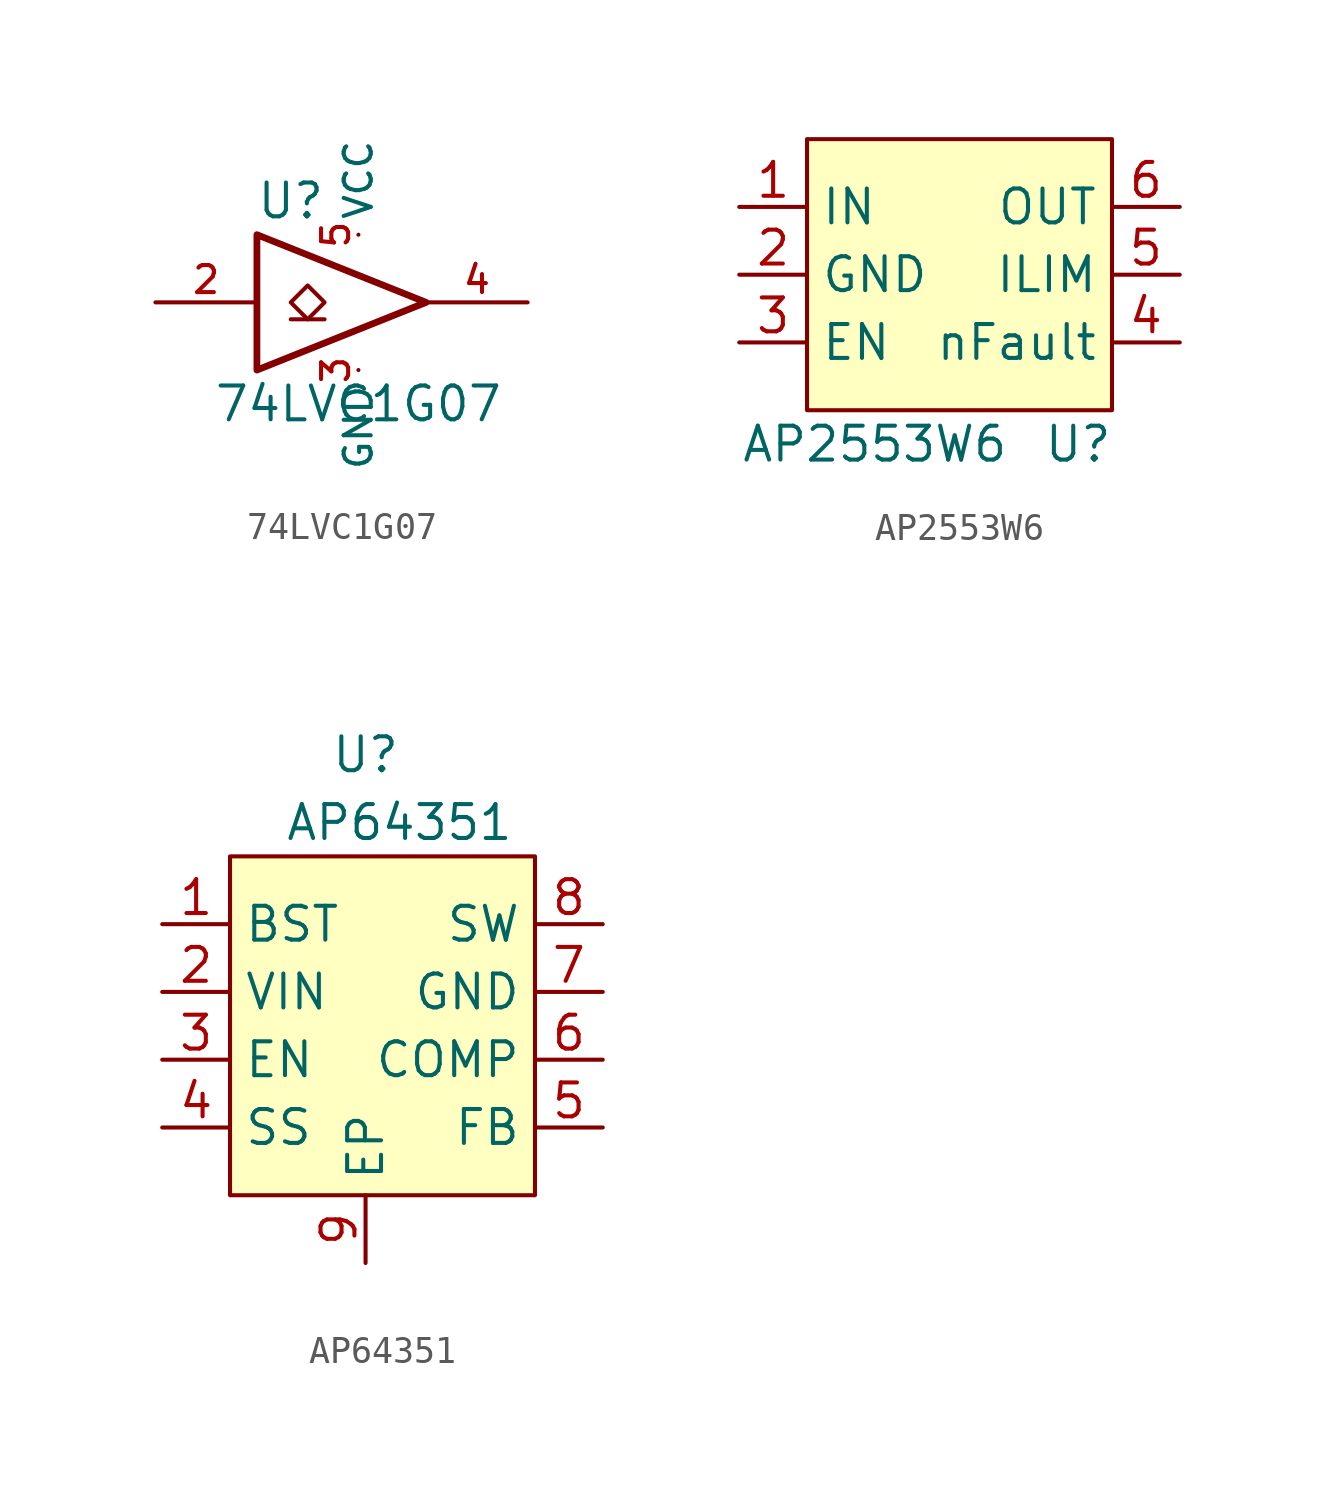
<source format=kicad_sym>
(kicad_symbol_lib
  (version 20211014)
  (generator kicad_symbol_editor)
  (symbol "74LVC1G07"
    (property "Reference" "U"
      (at -2.54 3.81 0)
      (effects (font (size 1.27 1.27))))
    (property "Value" "74LVC1G07"
      (at 0 -3.81 0)
      (effects (font (size 1.27 1.27))))
    (symbol "74LVC1G07_0_1"
      (polyline (pts (xy -2.54 -0.635) (xy -1.27 -0.635)) (stroke (width 0) (type default) (color 0 0 0 0)) (fill (type none)))
      (polyline (pts (xy -3.81 2.54) (xy -3.81 -2.54) (xy 2.54 0) (xy -3.81 2.54)) (stroke (width 0.254) (type default) (color 0 0 0 0)) (fill (type none)))
      (polyline (pts (xy -1.905 0.635) (xy -2.54 0) (xy -1.905 -0.635) (xy -1.27 0) (xy -1.905 0.635)) (stroke (width 0) (type default) (color 0 0 0 0)) (fill (type none))))
    (symbol "74LVC1G07_1_1"
      (pin input line (at -7.62 0 0) (length 3.81) (name "~" (effects (font (size 1.016 1.016)))) (number "2" (effects (font (size 1.016 1.016)))))
      (pin power_in line (at 0 -2.54 270) (length 0) (name "GND" (effects (font (size 1.016 1.016)))) (number "3" (effects (font (size 1.016 1.016)))))
      (pin open_collector line (at 6.35 0 180) (length 3.81) (name "~" (effects (font (size 1.016 1.016)))) (number "4" (effects (font (size 1.016 1.016)))))
      (pin power_in line (at 0 2.54 90) (length 0) (name "VCC" (effects (font (size 1.016 1.016)))) (number "5" (effects (font (size 1.016 1.016)))))))
  (symbol "AP2553W6"
    (property "Reference" "U"
      (at 3.81 -6.35 0)
      (effects (font (size 1.27 1.27))))
    (property "Value" "AP2553W6"
      (at -3.81 -6.35 0)
      (effects (font (size 1.27 1.27))))
    (symbol "AP2553W6_0_0"
      (pin power_in line (at -8.89 2.54 0) (length 2.54) (name "IN" (effects (font (size 1.27 1.27)))) (number "1" (effects (font (size 1.27 1.27)))))
      (pin power_out line (at -8.89 0 0) (length 2.54) (name "GND" (effects (font (size 1.27 1.27)))) (number "2" (effects (font (size 1.27 1.27)))))
      (pin input line (at -8.89 -2.54 0) (length 2.54) (name "EN" (effects (font (size 1.27 1.27)))) (number "3" (effects (font (size 1.27 1.27)))))
      (pin open_collector line (at 7.62 -2.54 180) (length 2.54) (name "nFault" (effects (font (size 1.27 1.27)))) (number "4" (effects (font (size 1.27 1.27)))))
      (pin passive line (at 7.62 0 180) (length 2.54) (name "ILIM" (effects (font (size 1.27 1.27)))) (number "5" (effects (font (size 1.27 1.27)))))
      (pin power_out line (at 7.62 2.54 180) (length 2.54) (name "OUT" (effects (font (size 1.27 1.27)))) (number "6" (effects (font (size 1.27 1.27))))))
    (symbol "AP2553W6_0_1"
      (rectangle (start -6.35 5.08) (end 5.08 -5.08) (stroke (width 0) (type default) (color 0 0 0 0)) (fill (type background)))))
  (symbol "AP64351"
    (property "Reference" "U"
      (at 0 8.89 0)
      (effects (font (size 1.27 1.27))))
    (property "Value" "AP64351"
      (at 1.27 6.35 0)
      (effects (font (size 1.27 1.27))))
    (symbol "AP64351_0_1"
      (rectangle (start -5.08 5.08) (end 6.35 -7.62) (stroke (width 0) (type default) (color 0 0 0 0)) (fill (type background))))
    (symbol "AP64351_1_1"
      (pin passive line (at -7.62 2.54 0) (length 2.54) (name "BST" (effects (font (size 1.27 1.27)))) (number "1" (effects (font (size 1.27 1.27)))))
      (pin power_in line (at -7.62 0 0) (length 2.54) (name "VIN" (effects (font (size 1.27 1.27)))) (number "2" (effects (font (size 1.27 1.27)))))
      (pin input line (at -7.62 -2.54 0) (length 2.54) (name "EN" (effects (font (size 1.27 1.27)))) (number "3" (effects (font (size 1.27 1.27)))))
      (pin input line (at -7.62 -5.08 0) (length 2.54) (name "SS" (effects (font (size 1.27 1.27)))) (number "4" (effects (font (size 1.27 1.27)))))
      (pin input line (at 8.89 -5.08 180) (length 2.54) (name "FB" (effects (font (size 1.27 1.27)))) (number "5" (effects (font (size 1.27 1.27)))))
      (pin input line (at 8.89 -2.54 180) (length 2.54) (name "COMP" (effects (font (size 1.27 1.27)))) (number "6" (effects (font (size 1.27 1.27)))))
      (pin power_in line (at 8.89 0 180) (length 2.54) (name "GND" (effects (font (size 1.27 1.27)))) (number "7" (effects (font (size 1.27 1.27)))))
      (pin output line (at 8.89 2.54 180) (length 2.54) (name "SW" (effects (font (size 1.27 1.27)))) (number "8" (effects (font (size 1.27 1.27)))))
      (pin passive line (at 0 -10.16 90) (length 2.54) (name "EP" (effects (font (size 1.27 1.27)))) (number "9" (effects (font (size 1.27 1.27))))))))
</source>
